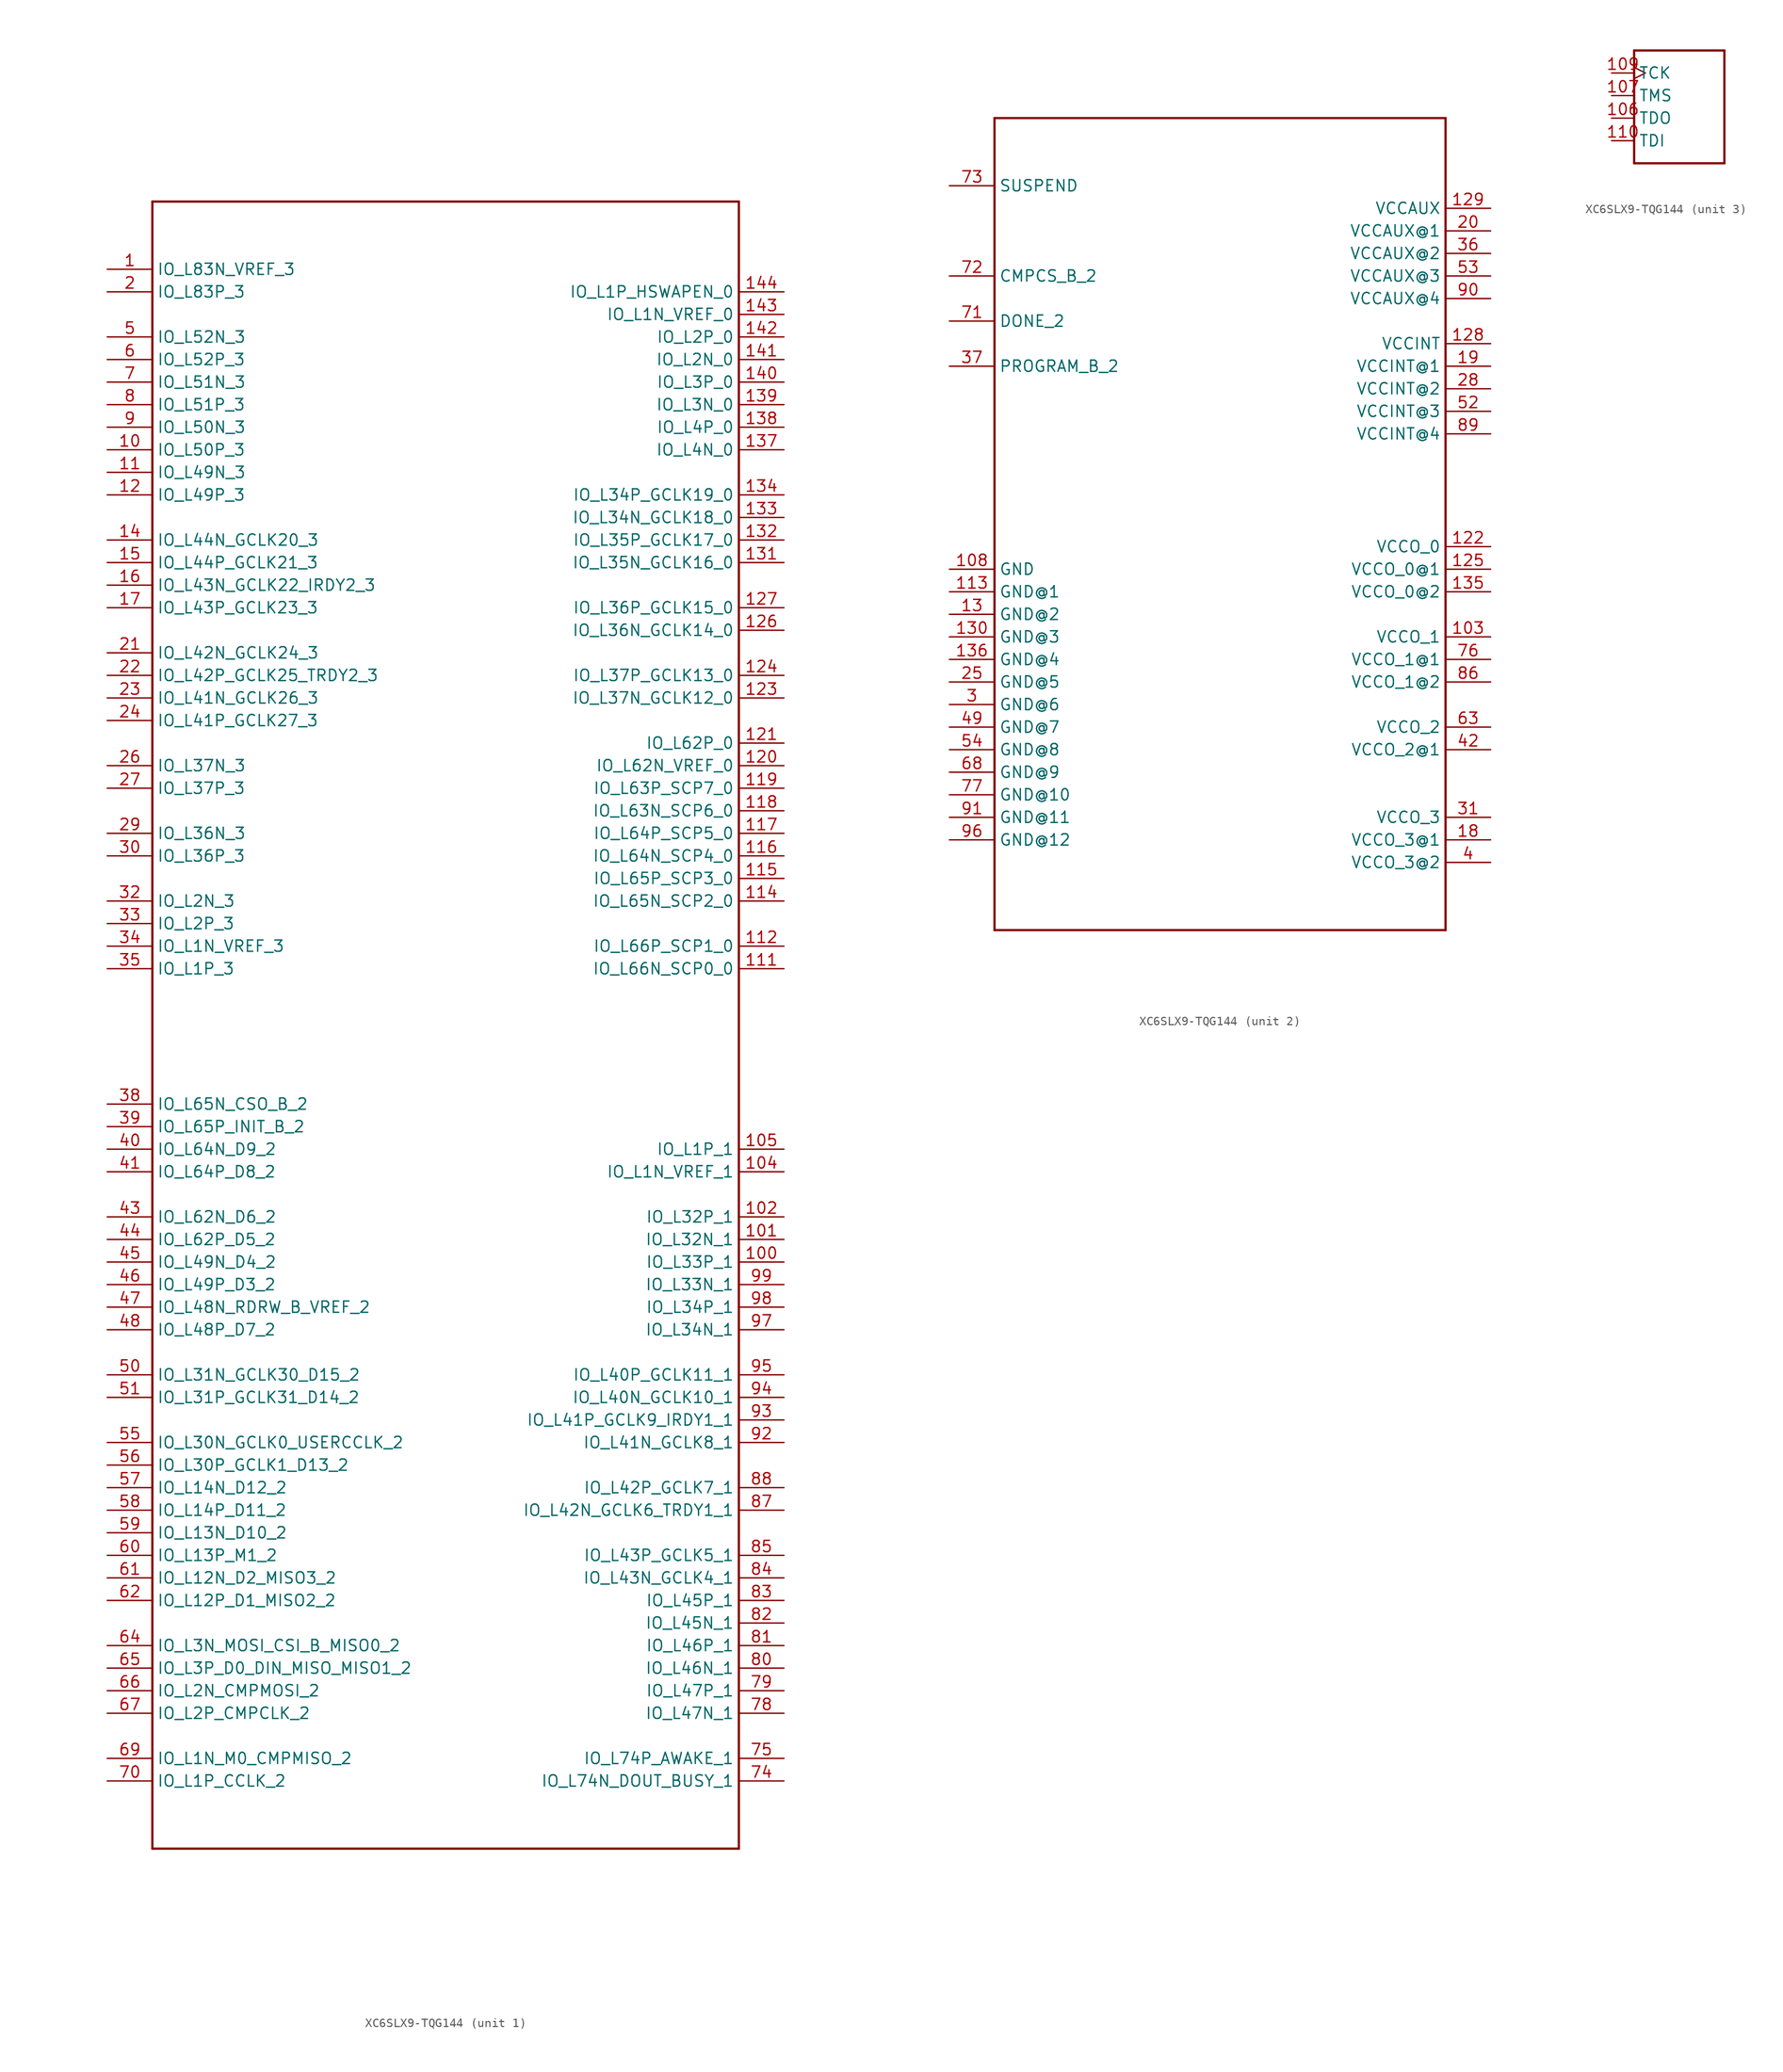
<source format=kicad_sym>
(kicad_symbol_lib
  (version 20220914)
  (generator kicad_symbol_editor)
  (symbol "XC6SLX9-TQG144"
    (property "Reference" ""
      (at -5.08 8.89 0)
      (effects (font (size 1.778 1.511)) (justify left bottom) hide))
    (property "Value" ""
      (at -5.08 -7.62 0)
      (effects (font (size 1.778 1.511)) (justify left bottom)))
    (property "ki_locked" ""
      (at 0 0 0)
      (effects (font (size 1.27 1.27))))
    (symbol "XC6SLX9-TQG144_1_0"
      (polyline (pts (xy -30.48 -88.9) (xy -30.48 96.52)) (stroke (width 0.254) (type solid)) (fill (type none)))
      (polyline (pts (xy -30.48 96.52) (xy 35.56 96.52)) (stroke (width 0.254) (type solid)) (fill (type none)))
      (polyline (pts (xy 35.56 -88.9) (xy -30.48 -88.9)) (stroke (width 0.254) (type solid)) (fill (type none)))
      (polyline (pts (xy 35.56 96.52) (xy 35.56 -88.9)) (stroke (width 0.254) (type solid)) (fill (type none)))
      (pin bidirectional line (at -35.56 88.9 0) (length 5.08) (name "IO_L83N_VREF_3" (effects (font (size 1.27 1.27)))) (number "1" (effects (font (size 1.27 1.27)))))
      (pin bidirectional line (at -35.56 68.58 0) (length 5.08) (name "IO_L50P_3" (effects (font (size 1.27 1.27)))) (number "10" (effects (font (size 1.27 1.27)))))
      (pin bidirectional line (at 40.64 -22.86 180) (length 5.08) (name "IO_L33P_1" (effects (font (size 1.27 1.27)))) (number "100" (effects (font (size 1.27 1.27)))))
      (pin bidirectional line (at 40.64 -20.32 180) (length 5.08) (name "IO_L32N_1" (effects (font (size 1.27 1.27)))) (number "101" (effects (font (size 1.27 1.27)))))
      (pin bidirectional line (at 40.64 -17.78 180) (length 5.08) (name "IO_L32P_1" (effects (font (size 1.27 1.27)))) (number "102" (effects (font (size 1.27 1.27)))))
      (pin bidirectional line (at 40.64 -12.7 180) (length 5.08) (name "IO_L1N_VREF_1" (effects (font (size 1.27 1.27)))) (number "104" (effects (font (size 1.27 1.27)))))
      (pin bidirectional line (at 40.64 -10.16 180) (length 5.08) (name "IO_L1P_1" (effects (font (size 1.27 1.27)))) (number "105" (effects (font (size 1.27 1.27)))))
      (pin bidirectional line (at -35.56 66.04 0) (length 5.08) (name "IO_L49N_3" (effects (font (size 1.27 1.27)))) (number "11" (effects (font (size 1.27 1.27)))))
      (pin bidirectional line (at 40.64 10.16 180) (length 5.08) (name "IO_L66N_SCP0_0" (effects (font (size 1.27 1.27)))) (number "111" (effects (font (size 1.27 1.27)))))
      (pin bidirectional line (at 40.64 12.7 180) (length 5.08) (name "IO_L66P_SCP1_0" (effects (font (size 1.27 1.27)))) (number "112" (effects (font (size 1.27 1.27)))))
      (pin bidirectional line (at 40.64 17.78 180) (length 5.08) (name "IO_L65N_SCP2_0" (effects (font (size 1.27 1.27)))) (number "114" (effects (font (size 1.27 1.27)))))
      (pin bidirectional line (at 40.64 20.32 180) (length 5.08) (name "IO_L65P_SCP3_0" (effects (font (size 1.27 1.27)))) (number "115" (effects (font (size 1.27 1.27)))))
      (pin bidirectional line (at 40.64 22.86 180) (length 5.08) (name "IO_L64N_SCP4_0" (effects (font (size 1.27 1.27)))) (number "116" (effects (font (size 1.27 1.27)))))
      (pin bidirectional line (at 40.64 25.4 180) (length 5.08) (name "IO_L64P_SCP5_0" (effects (font (size 1.27 1.27)))) (number "117" (effects (font (size 1.27 1.27)))))
      (pin bidirectional line (at 40.64 27.94 180) (length 5.08) (name "IO_L63N_SCP6_0" (effects (font (size 1.27 1.27)))) (number "118" (effects (font (size 1.27 1.27)))))
      (pin bidirectional line (at 40.64 30.48 180) (length 5.08) (name "IO_L63P_SCP7_0" (effects (font (size 1.27 1.27)))) (number "119" (effects (font (size 1.27 1.27)))))
      (pin bidirectional line (at -35.56 63.5 0) (length 5.08) (name "IO_L49P_3" (effects (font (size 1.27 1.27)))) (number "12" (effects (font (size 1.27 1.27)))))
      (pin bidirectional line (at 40.64 33.02 180) (length 5.08) (name "IO_L62N_VREF_0" (effects (font (size 1.27 1.27)))) (number "120" (effects (font (size 1.27 1.27)))))
      (pin bidirectional line (at 40.64 35.56 180) (length 5.08) (name "IO_L62P_0" (effects (font (size 1.27 1.27)))) (number "121" (effects (font (size 1.27 1.27)))))
      (pin bidirectional line (at 40.64 40.64 180) (length 5.08) (name "IO_L37N_GCLK12_0" (effects (font (size 1.27 1.27)))) (number "123" (effects (font (size 1.27 1.27)))))
      (pin bidirectional line (at 40.64 43.18 180) (length 5.08) (name "IO_L37P_GCLK13_0" (effects (font (size 1.27 1.27)))) (number "124" (effects (font (size 1.27 1.27)))))
      (pin bidirectional line (at 40.64 48.26 180) (length 5.08) (name "IO_L36N_GCLK14_0" (effects (font (size 1.27 1.27)))) (number "126" (effects (font (size 1.27 1.27)))))
      (pin bidirectional line (at 40.64 50.8 180) (length 5.08) (name "IO_L36P_GCLK15_0" (effects (font (size 1.27 1.27)))) (number "127" (effects (font (size 1.27 1.27)))))
      (pin bidirectional line (at 40.64 55.88 180) (length 5.08) (name "IO_L35N_GCLK16_0" (effects (font (size 1.27 1.27)))) (number "131" (effects (font (size 1.27 1.27)))))
      (pin bidirectional line (at 40.64 58.42 180) (length 5.08) (name "IO_L35P_GCLK17_0" (effects (font (size 1.27 1.27)))) (number "132" (effects (font (size 1.27 1.27)))))
      (pin bidirectional line (at 40.64 60.96 180) (length 5.08) (name "IO_L34N_GCLK18_0" (effects (font (size 1.27 1.27)))) (number "133" (effects (font (size 1.27 1.27)))))
      (pin bidirectional line (at 40.64 63.5 180) (length 5.08) (name "IO_L34P_GCLK19_0" (effects (font (size 1.27 1.27)))) (number "134" (effects (font (size 1.27 1.27)))))
      (pin bidirectional line (at 40.64 68.58 180) (length 5.08) (name "IO_L4N_0" (effects (font (size 1.27 1.27)))) (number "137" (effects (font (size 1.27 1.27)))))
      (pin bidirectional line (at 40.64 71.12 180) (length 5.08) (name "IO_L4P_0" (effects (font (size 1.27 1.27)))) (number "138" (effects (font (size 1.27 1.27)))))
      (pin bidirectional line (at 40.64 73.66 180) (length 5.08) (name "IO_L3N_0" (effects (font (size 1.27 1.27)))) (number "139" (effects (font (size 1.27 1.27)))))
      (pin bidirectional line (at -35.56 58.42 0) (length 5.08) (name "IO_L44N_GCLK20_3" (effects (font (size 1.27 1.27)))) (number "14" (effects (font (size 1.27 1.27)))))
      (pin bidirectional line (at 40.64 76.2 180) (length 5.08) (name "IO_L3P_0" (effects (font (size 1.27 1.27)))) (number "140" (effects (font (size 1.27 1.27)))))
      (pin bidirectional line (at 40.64 78.74 180) (length 5.08) (name "IO_L2N_0" (effects (font (size 1.27 1.27)))) (number "141" (effects (font (size 1.27 1.27)))))
      (pin bidirectional line (at 40.64 81.28 180) (length 5.08) (name "IO_L2P_0" (effects (font (size 1.27 1.27)))) (number "142" (effects (font (size 1.27 1.27)))))
      (pin bidirectional line (at 40.64 83.82 180) (length 5.08) (name "IO_L1N_VREF_0" (effects (font (size 1.27 1.27)))) (number "143" (effects (font (size 1.27 1.27)))))
      (pin bidirectional line (at 40.64 86.36 180) (length 5.08) (name "IO_L1P_HSWAPEN_0" (effects (font (size 1.27 1.27)))) (number "144" (effects (font (size 1.27 1.27)))))
      (pin bidirectional line (at -35.56 55.88 0) (length 5.08) (name "IO_L44P_GCLK21_3" (effects (font (size 1.27 1.27)))) (number "15" (effects (font (size 1.27 1.27)))))
      (pin bidirectional line (at -35.56 53.34 0) (length 5.08) (name "IO_L43N_GCLK22_IRDY2_3" (effects (font (size 1.27 1.27)))) (number "16" (effects (font (size 1.27 1.27)))))
      (pin bidirectional line (at -35.56 50.8 0) (length 5.08) (name "IO_L43P_GCLK23_3" (effects (font (size 1.27 1.27)))) (number "17" (effects (font (size 1.27 1.27)))))
      (pin bidirectional line (at -35.56 86.36 0) (length 5.08) (name "IO_L83P_3" (effects (font (size 1.27 1.27)))) (number "2" (effects (font (size 1.27 1.27)))))
      (pin bidirectional line (at -35.56 45.72 0) (length 5.08) (name "IO_L42N_GCLK24_3" (effects (font (size 1.27 1.27)))) (number "21" (effects (font (size 1.27 1.27)))))
      (pin bidirectional line (at -35.56 43.18 0) (length 5.08) (name "IO_L42P_GCLK25_TRDY2_3" (effects (font (size 1.27 1.27)))) (number "22" (effects (font (size 1.27 1.27)))))
      (pin bidirectional line (at -35.56 40.64 0) (length 5.08) (name "IO_L41N_GCLK26_3" (effects (font (size 1.27 1.27)))) (number "23" (effects (font (size 1.27 1.27)))))
      (pin bidirectional line (at -35.56 38.1 0) (length 5.08) (name "IO_L41P_GCLK27_3" (effects (font (size 1.27 1.27)))) (number "24" (effects (font (size 1.27 1.27)))))
      (pin bidirectional line (at -35.56 33.02 0) (length 5.08) (name "IO_L37N_3" (effects (font (size 1.27 1.27)))) (number "26" (effects (font (size 1.27 1.27)))))
      (pin bidirectional line (at -35.56 30.48 0) (length 5.08) (name "IO_L37P_3" (effects (font (size 1.27 1.27)))) (number "27" (effects (font (size 1.27 1.27)))))
      (pin bidirectional line (at -35.56 25.4 0) (length 5.08) (name "IO_L36N_3" (effects (font (size 1.27 1.27)))) (number "29" (effects (font (size 1.27 1.27)))))
      (pin bidirectional line (at -35.56 22.86 0) (length 5.08) (name "IO_L36P_3" (effects (font (size 1.27 1.27)))) (number "30" (effects (font (size 1.27 1.27)))))
      (pin bidirectional line (at -35.56 17.78 0) (length 5.08) (name "IO_L2N_3" (effects (font (size 1.27 1.27)))) (number "32" (effects (font (size 1.27 1.27)))))
      (pin bidirectional line (at -35.56 15.24 0) (length 5.08) (name "IO_L2P_3" (effects (font (size 1.27 1.27)))) (number "33" (effects (font (size 1.27 1.27)))))
      (pin bidirectional line (at -35.56 12.7 0) (length 5.08) (name "IO_L1N_VREF_3" (effects (font (size 1.27 1.27)))) (number "34" (effects (font (size 1.27 1.27)))))
      (pin bidirectional line (at -35.56 10.16 0) (length 5.08) (name "IO_L1P_3" (effects (font (size 1.27 1.27)))) (number "35" (effects (font (size 1.27 1.27)))))
      (pin bidirectional line (at -35.56 -5.08 0) (length 5.08) (name "IO_L65N_CSO_B_2" (effects (font (size 1.27 1.27)))) (number "38" (effects (font (size 1.27 1.27)))))
      (pin bidirectional line (at -35.56 -7.62 0) (length 5.08) (name "IO_L65P_INIT_B_2" (effects (font (size 1.27 1.27)))) (number "39" (effects (font (size 1.27 1.27)))))
      (pin bidirectional line (at -35.56 -10.16 0) (length 5.08) (name "IO_L64N_D9_2" (effects (font (size 1.27 1.27)))) (number "40" (effects (font (size 1.27 1.27)))))
      (pin bidirectional line (at -35.56 -12.7 0) (length 5.08) (name "IO_L64P_D8_2" (effects (font (size 1.27 1.27)))) (number "41" (effects (font (size 1.27 1.27)))))
      (pin bidirectional line (at -35.56 -17.78 0) (length 5.08) (name "IO_L62N_D6_2" (effects (font (size 1.27 1.27)))) (number "43" (effects (font (size 1.27 1.27)))))
      (pin bidirectional line (at -35.56 -20.32 0) (length 5.08) (name "IO_L62P_D5_2" (effects (font (size 1.27 1.27)))) (number "44" (effects (font (size 1.27 1.27)))))
      (pin bidirectional line (at -35.56 -22.86 0) (length 5.08) (name "IO_L49N_D4_2" (effects (font (size 1.27 1.27)))) (number "45" (effects (font (size 1.27 1.27)))))
      (pin bidirectional line (at -35.56 -25.4 0) (length 5.08) (name "IO_L49P_D3_2" (effects (font (size 1.27 1.27)))) (number "46" (effects (font (size 1.27 1.27)))))
      (pin bidirectional line (at -35.56 -27.94 0) (length 5.08) (name "IO_L48N_RDRW_B_VREF_2" (effects (font (size 1.27 1.27)))) (number "47" (effects (font (size 1.27 1.27)))))
      (pin bidirectional line (at -35.56 -30.48 0) (length 5.08) (name "IO_L48P_D7_2" (effects (font (size 1.27 1.27)))) (number "48" (effects (font (size 1.27 1.27)))))
      (pin bidirectional line (at -35.56 81.28 0) (length 5.08) (name "IO_L52N_3" (effects (font (size 1.27 1.27)))) (number "5" (effects (font (size 1.27 1.27)))))
      (pin bidirectional line (at -35.56 -35.56 0) (length 5.08) (name "IO_L31N_GCLK30_D15_2" (effects (font (size 1.27 1.27)))) (number "50" (effects (font (size 1.27 1.27)))))
      (pin bidirectional line (at -35.56 -38.1 0) (length 5.08) (name "IO_L31P_GCLK31_D14_2" (effects (font (size 1.27 1.27)))) (number "51" (effects (font (size 1.27 1.27)))))
      (pin bidirectional line (at -35.56 -43.18 0) (length 5.08) (name "IO_L30N_GCLK0_USERCCLK_2" (effects (font (size 1.27 1.27)))) (number "55" (effects (font (size 1.27 1.27)))))
      (pin bidirectional line (at -35.56 -45.72 0) (length 5.08) (name "IO_L30P_GCLK1_D13_2" (effects (font (size 1.27 1.27)))) (number "56" (effects (font (size 1.27 1.27)))))
      (pin bidirectional line (at -35.56 -48.26 0) (length 5.08) (name "IO_L14N_D12_2" (effects (font (size 1.27 1.27)))) (number "57" (effects (font (size 1.27 1.27)))))
      (pin bidirectional line (at -35.56 -50.8 0) (length 5.08) (name "IO_L14P_D11_2" (effects (font (size 1.27 1.27)))) (number "58" (effects (font (size 1.27 1.27)))))
      (pin bidirectional line (at -35.56 -53.34 0) (length 5.08) (name "IO_L13N_D10_2" (effects (font (size 1.27 1.27)))) (number "59" (effects (font (size 1.27 1.27)))))
      (pin bidirectional line (at -35.56 78.74 0) (length 5.08) (name "IO_L52P_3" (effects (font (size 1.27 1.27)))) (number "6" (effects (font (size 1.27 1.27)))))
      (pin bidirectional line (at -35.56 -55.88 0) (length 5.08) (name "IO_L13P_M1_2" (effects (font (size 1.27 1.27)))) (number "60" (effects (font (size 1.27 1.27)))))
      (pin bidirectional line (at -35.56 -58.42 0) (length 5.08) (name "IO_L12N_D2_MISO3_2" (effects (font (size 1.27 1.27)))) (number "61" (effects (font (size 1.27 1.27)))))
      (pin bidirectional line (at -35.56 -60.96 0) (length 5.08) (name "IO_L12P_D1_MISO2_2" (effects (font (size 1.27 1.27)))) (number "62" (effects (font (size 1.27 1.27)))))
      (pin bidirectional line (at -35.56 -66.04 0) (length 5.08) (name "IO_L3N_MOSI_CSI_B_MISO0_2" (effects (font (size 1.27 1.27)))) (number "64" (effects (font (size 1.27 1.27)))))
      (pin bidirectional line (at -35.56 -68.58 0) (length 5.08) (name "IO_L3P_D0_DIN_MISO_MISO1_2" (effects (font (size 1.27 1.27)))) (number "65" (effects (font (size 1.27 1.27)))))
      (pin bidirectional line (at -35.56 -71.12 0) (length 5.08) (name "IO_L2N_CMPMOSI_2" (effects (font (size 1.27 1.27)))) (number "66" (effects (font (size 1.27 1.27)))))
      (pin bidirectional line (at -35.56 -73.66 0) (length 5.08) (name "IO_L2P_CMPCLK_2" (effects (font (size 1.27 1.27)))) (number "67" (effects (font (size 1.27 1.27)))))
      (pin bidirectional line (at -35.56 -78.74 0) (length 5.08) (name "IO_L1N_M0_CMPMISO_2" (effects (font (size 1.27 1.27)))) (number "69" (effects (font (size 1.27 1.27)))))
      (pin bidirectional line (at -35.56 76.2 0) (length 5.08) (name "IO_L51N_3" (effects (font (size 1.27 1.27)))) (number "7" (effects (font (size 1.27 1.27)))))
      (pin bidirectional line (at -35.56 -81.28 0) (length 5.08) (name "IO_L1P_CCLK_2" (effects (font (size 1.27 1.27)))) (number "70" (effects (font (size 1.27 1.27)))))
      (pin bidirectional line (at 40.64 -81.28 180) (length 5.08) (name "IO_L74N_DOUT_BUSY_1" (effects (font (size 1.27 1.27)))) (number "74" (effects (font (size 1.27 1.27)))))
      (pin bidirectional line (at 40.64 -78.74 180) (length 5.08) (name "IO_L74P_AWAKE_1" (effects (font (size 1.27 1.27)))) (number "75" (effects (font (size 1.27 1.27)))))
      (pin bidirectional line (at 40.64 -73.66 180) (length 5.08) (name "IO_L47N_1" (effects (font (size 1.27 1.27)))) (number "78" (effects (font (size 1.27 1.27)))))
      (pin bidirectional line (at 40.64 -71.12 180) (length 5.08) (name "IO_L47P_1" (effects (font (size 1.27 1.27)))) (number "79" (effects (font (size 1.27 1.27)))))
      (pin bidirectional line (at -35.56 73.66 0) (length 5.08) (name "IO_L51P_3" (effects (font (size 1.27 1.27)))) (number "8" (effects (font (size 1.27 1.27)))))
      (pin bidirectional line (at 40.64 -68.58 180) (length 5.08) (name "IO_L46N_1" (effects (font (size 1.27 1.27)))) (number "80" (effects (font (size 1.27 1.27)))))
      (pin bidirectional line (at 40.64 -66.04 180) (length 5.08) (name "IO_L46P_1" (effects (font (size 1.27 1.27)))) (number "81" (effects (font (size 1.27 1.27)))))
      (pin bidirectional line (at 40.64 -63.5 180) (length 5.08) (name "IO_L45N_1" (effects (font (size 1.27 1.27)))) (number "82" (effects (font (size 1.27 1.27)))))
      (pin bidirectional line (at 40.64 -60.96 180) (length 5.08) (name "IO_L45P_1" (effects (font (size 1.27 1.27)))) (number "83" (effects (font (size 1.27 1.27)))))
      (pin bidirectional line (at 40.64 -58.42 180) (length 5.08) (name "IO_L43N_GCLK4_1" (effects (font (size 1.27 1.27)))) (number "84" (effects (font (size 1.27 1.27)))))
      (pin bidirectional line (at 40.64 -55.88 180) (length 5.08) (name "IO_L43P_GCLK5_1" (effects (font (size 1.27 1.27)))) (number "85" (effects (font (size 1.27 1.27)))))
      (pin bidirectional line (at 40.64 -50.8 180) (length 5.08) (name "IO_L42N_GCLK6_TRDY1_1" (effects (font (size 1.27 1.27)))) (number "87" (effects (font (size 1.27 1.27)))))
      (pin bidirectional line (at 40.64 -48.26 180) (length 5.08) (name "IO_L42P_GCLK7_1" (effects (font (size 1.27 1.27)))) (number "88" (effects (font (size 1.27 1.27)))))
      (pin bidirectional line (at -35.56 71.12 0) (length 5.08) (name "IO_L50N_3" (effects (font (size 1.27 1.27)))) (number "9" (effects (font (size 1.27 1.27)))))
      (pin bidirectional line (at 40.64 -43.18 180) (length 5.08) (name "IO_L41N_GCLK8_1" (effects (font (size 1.27 1.27)))) (number "92" (effects (font (size 1.27 1.27)))))
      (pin bidirectional line (at 40.64 -40.64 180) (length 5.08) (name "IO_L41P_GCLK9_IRDY1_1" (effects (font (size 1.27 1.27)))) (number "93" (effects (font (size 1.27 1.27)))))
      (pin bidirectional line (at 40.64 -38.1 180) (length 5.08) (name "IO_L40N_GCLK10_1" (effects (font (size 1.27 1.27)))) (number "94" (effects (font (size 1.27 1.27)))))
      (pin bidirectional line (at 40.64 -35.56 180) (length 5.08) (name "IO_L40P_GCLK11_1" (effects (font (size 1.27 1.27)))) (number "95" (effects (font (size 1.27 1.27)))))
      (pin bidirectional line (at 40.64 -30.48 180) (length 5.08) (name "IO_L34N_1" (effects (font (size 1.27 1.27)))) (number "97" (effects (font (size 1.27 1.27)))))
      (pin bidirectional line (at 40.64 -27.94 180) (length 5.08) (name "IO_L34P_1" (effects (font (size 1.27 1.27)))) (number "98" (effects (font (size 1.27 1.27)))))
      (pin bidirectional line (at 40.64 -25.4 180) (length 5.08) (name "IO_L33N_1" (effects (font (size 1.27 1.27)))) (number "99" (effects (font (size 1.27 1.27))))))
    (symbol "XC6SLX9-TQG144_2_0"
      (polyline (pts (xy -22.86 -45.72) (xy -22.86 45.72)) (stroke (width 0.254) (type solid)) (fill (type none)))
      (polyline (pts (xy -22.86 45.72) (xy 27.94 45.72)) (stroke (width 0.254) (type solid)) (fill (type none)))
      (polyline (pts (xy 27.94 -45.72) (xy -22.86 -45.72)) (stroke (width 0.254) (type solid)) (fill (type none)))
      (polyline (pts (xy 27.94 45.72) (xy 27.94 -45.72)) (stroke (width 0.254) (type solid)) (fill (type none)))
      (pin bidirectional line (at 33.02 -12.7 180) (length 5.08) (name "VCCO_1" (effects (font (size 1.27 1.27)))) (number "103" (effects (font (size 1.27 1.27)))))
      (pin bidirectional line (at -27.94 -5.08 0) (length 5.08) (name "GND" (effects (font (size 1.27 1.27)))) (number "108" (effects (font (size 1.27 1.27)))))
      (pin bidirectional line (at -27.94 -7.62 0) (length 5.08) (name "GND@1" (effects (font (size 1.27 1.27)))) (number "113" (effects (font (size 1.27 1.27)))))
      (pin bidirectional line (at 33.02 -2.54 180) (length 5.08) (name "VCCO_0" (effects (font (size 1.27 1.27)))) (number "122" (effects (font (size 1.27 1.27)))))
      (pin bidirectional line (at 33.02 -5.08 180) (length 5.08) (name "VCCO_0@1" (effects (font (size 1.27 1.27)))) (number "125" (effects (font (size 1.27 1.27)))))
      (pin bidirectional line (at 33.02 20.32 180) (length 5.08) (name "VCCINT" (effects (font (size 1.27 1.27)))) (number "128" (effects (font (size 1.27 1.27)))))
      (pin bidirectional line (at 33.02 35.56 180) (length 5.08) (name "VCCAUX" (effects (font (size 1.27 1.27)))) (number "129" (effects (font (size 1.27 1.27)))))
      (pin bidirectional line (at -27.94 -10.16 0) (length 5.08) (name "GND@2" (effects (font (size 1.27 1.27)))) (number "13" (effects (font (size 1.27 1.27)))))
      (pin bidirectional line (at -27.94 -12.7 0) (length 5.08) (name "GND@3" (effects (font (size 1.27 1.27)))) (number "130" (effects (font (size 1.27 1.27)))))
      (pin bidirectional line (at 33.02 -7.62 180) (length 5.08) (name "VCCO_0@2" (effects (font (size 1.27 1.27)))) (number "135" (effects (font (size 1.27 1.27)))))
      (pin bidirectional line (at -27.94 -15.24 0) (length 5.08) (name "GND@4" (effects (font (size 1.27 1.27)))) (number "136" (effects (font (size 1.27 1.27)))))
      (pin bidirectional line (at 33.02 -35.56 180) (length 5.08) (name "VCCO_3@1" (effects (font (size 1.27 1.27)))) (number "18" (effects (font (size 1.27 1.27)))))
      (pin bidirectional line (at 33.02 17.78 180) (length 5.08) (name "VCCINT@1" (effects (font (size 1.27 1.27)))) (number "19" (effects (font (size 1.27 1.27)))))
      (pin bidirectional line (at 33.02 33.02 180) (length 5.08) (name "VCCAUX@1" (effects (font (size 1.27 1.27)))) (number "20" (effects (font (size 1.27 1.27)))))
      (pin bidirectional line (at -27.94 -17.78 0) (length 5.08) (name "GND@5" (effects (font (size 1.27 1.27)))) (number "25" (effects (font (size 1.27 1.27)))))
      (pin bidirectional line (at 33.02 15.24 180) (length 5.08) (name "VCCINT@2" (effects (font (size 1.27 1.27)))) (number "28" (effects (font (size 1.27 1.27)))))
      (pin bidirectional line (at -27.94 -20.32 0) (length 5.08) (name "GND@6" (effects (font (size 1.27 1.27)))) (number "3" (effects (font (size 1.27 1.27)))))
      (pin bidirectional line (at 33.02 -33.02 180) (length 5.08) (name "VCCO_3" (effects (font (size 1.27 1.27)))) (number "31" (effects (font (size 1.27 1.27)))))
      (pin bidirectional line (at 33.02 30.48 180) (length 5.08) (name "VCCAUX@2" (effects (font (size 1.27 1.27)))) (number "36" (effects (font (size 1.27 1.27)))))
      (pin bidirectional line (at -27.94 17.78 0) (length 5.08) (name "PROGRAM_B_2" (effects (font (size 1.27 1.27)))) (number "37" (effects (font (size 1.27 1.27)))))
      (pin bidirectional line (at 33.02 -38.1 180) (length 5.08) (name "VCCO_3@2" (effects (font (size 1.27 1.27)))) (number "4" (effects (font (size 1.27 1.27)))))
      (pin bidirectional line (at 33.02 -25.4 180) (length 5.08) (name "VCCO_2@1" (effects (font (size 1.27 1.27)))) (number "42" (effects (font (size 1.27 1.27)))))
      (pin bidirectional line (at -27.94 -22.86 0) (length 5.08) (name "GND@7" (effects (font (size 1.27 1.27)))) (number "49" (effects (font (size 1.27 1.27)))))
      (pin bidirectional line (at 33.02 12.7 180) (length 5.08) (name "VCCINT@3" (effects (font (size 1.27 1.27)))) (number "52" (effects (font (size 1.27 1.27)))))
      (pin bidirectional line (at 33.02 27.94 180) (length 5.08) (name "VCCAUX@3" (effects (font (size 1.27 1.27)))) (number "53" (effects (font (size 1.27 1.27)))))
      (pin bidirectional line (at -27.94 -25.4 0) (length 5.08) (name "GND@8" (effects (font (size 1.27 1.27)))) (number "54" (effects (font (size 1.27 1.27)))))
      (pin bidirectional line (at 33.02 -22.86 180) (length 5.08) (name "VCCO_2" (effects (font (size 1.27 1.27)))) (number "63" (effects (font (size 1.27 1.27)))))
      (pin bidirectional line (at -27.94 -27.94 0) (length 5.08) (name "GND@9" (effects (font (size 1.27 1.27)))) (number "68" (effects (font (size 1.27 1.27)))))
      (pin bidirectional line (at -27.94 22.86 0) (length 5.08) (name "DONE_2" (effects (font (size 1.27 1.27)))) (number "71" (effects (font (size 1.27 1.27)))))
      (pin bidirectional line (at -27.94 27.94 0) (length 5.08) (name "CMPCS_B_2" (effects (font (size 1.27 1.27)))) (number "72" (effects (font (size 1.27 1.27)))))
      (pin bidirectional line (at -27.94 38.1 0) (length 5.08) (name "SUSPEND" (effects (font (size 1.27 1.27)))) (number "73" (effects (font (size 1.27 1.27)))))
      (pin bidirectional line (at 33.02 -15.24 180) (length 5.08) (name "VCCO_1@1" (effects (font (size 1.27 1.27)))) (number "76" (effects (font (size 1.27 1.27)))))
      (pin bidirectional line (at -27.94 -30.48 0) (length 5.08) (name "GND@10" (effects (font (size 1.27 1.27)))) (number "77" (effects (font (size 1.27 1.27)))))
      (pin bidirectional line (at 33.02 -17.78 180) (length 5.08) (name "VCCO_1@2" (effects (font (size 1.27 1.27)))) (number "86" (effects (font (size 1.27 1.27)))))
      (pin bidirectional line (at 33.02 10.16 180) (length 5.08) (name "VCCINT@4" (effects (font (size 1.27 1.27)))) (number "89" (effects (font (size 1.27 1.27)))))
      (pin bidirectional line (at 33.02 25.4 180) (length 5.08) (name "VCCAUX@4" (effects (font (size 1.27 1.27)))) (number "90" (effects (font (size 1.27 1.27)))))
      (pin bidirectional line (at -27.94 -33.02 0) (length 5.08) (name "GND@11" (effects (font (size 1.27 1.27)))) (number "91" (effects (font (size 1.27 1.27)))))
      (pin bidirectional line (at -27.94 -35.56 0) (length 5.08) (name "GND@12" (effects (font (size 1.27 1.27)))) (number "96" (effects (font (size 1.27 1.27))))))
    (symbol "XC6SLX9-TQG144_3_0"
      (polyline (pts (xy -5.08 -5.08) (xy 5.08 -5.08)) (stroke (width 0.254) (type solid)) (fill (type none)))
      (polyline (pts (xy -5.08 7.62) (xy -5.08 -5.08)) (stroke (width 0.254) (type solid)) (fill (type none)))
      (polyline (pts (xy 5.08 -5.08) (xy 5.08 7.62)) (stroke (width 0.254) (type solid)) (fill (type none)))
      (polyline (pts (xy 5.08 7.62) (xy -5.08 7.62)) (stroke (width 0.254) (type solid)) (fill (type none)))
      (pin output line (at -7.62 0 0) (length 2.54) (name "TDO" (effects (font (size 1.27 1.27)))) (number "106" (effects (font (size 1.27 1.27)))))
      (pin input line (at -7.62 2.54 0) (length 2.54) (name "TMS" (effects (font (size 1.27 1.27)))) (number "107" (effects (font (size 1.27 1.27)))))
      (pin input clock (at -7.62 5.08 0) (length 2.54) (name "TCK" (effects (font (size 1.27 1.27)))) (number "109" (effects (font (size 1.27 1.27)))))
      (pin input line (at -7.62 -2.54 0) (length 2.54) (name "TDI" (effects (font (size 1.27 1.27)))) (number "110" (effects (font (size 1.27 1.27))))))))
</source>
